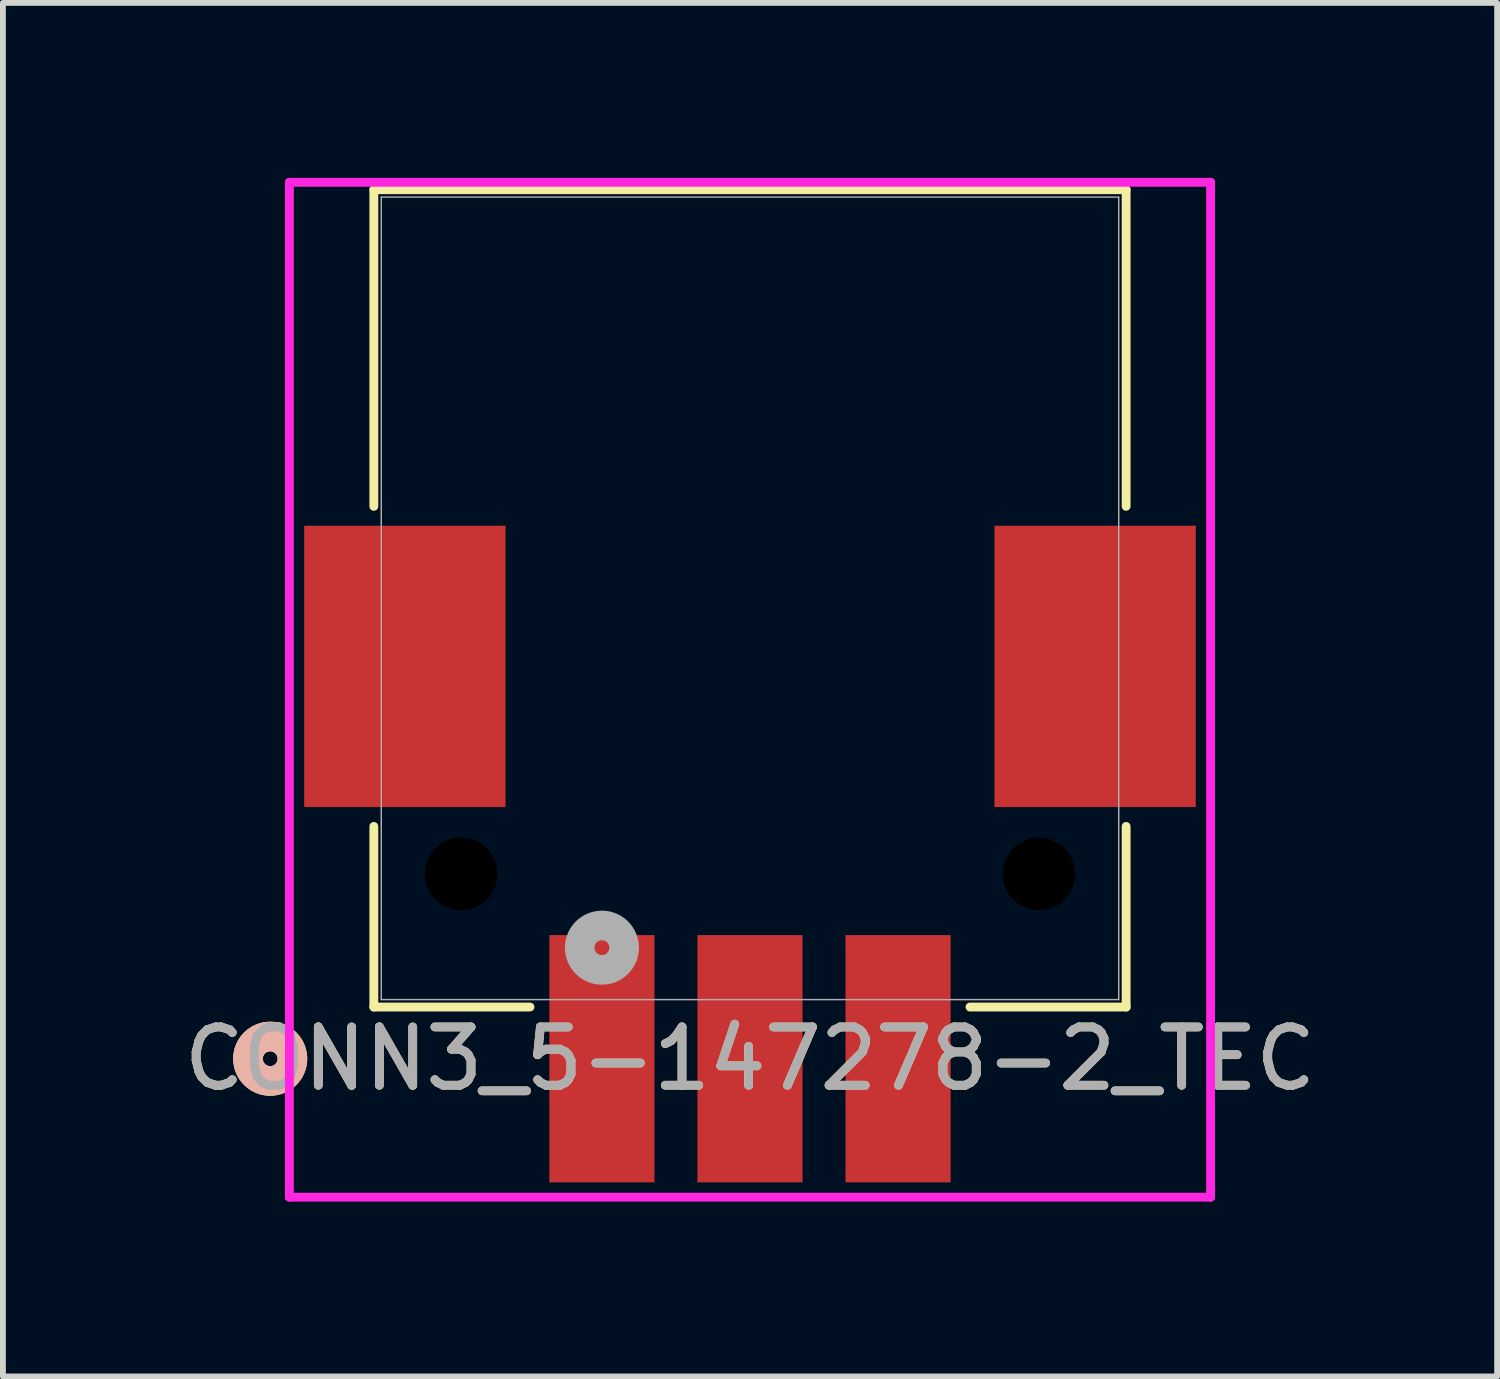
<source format=kicad_pcb>
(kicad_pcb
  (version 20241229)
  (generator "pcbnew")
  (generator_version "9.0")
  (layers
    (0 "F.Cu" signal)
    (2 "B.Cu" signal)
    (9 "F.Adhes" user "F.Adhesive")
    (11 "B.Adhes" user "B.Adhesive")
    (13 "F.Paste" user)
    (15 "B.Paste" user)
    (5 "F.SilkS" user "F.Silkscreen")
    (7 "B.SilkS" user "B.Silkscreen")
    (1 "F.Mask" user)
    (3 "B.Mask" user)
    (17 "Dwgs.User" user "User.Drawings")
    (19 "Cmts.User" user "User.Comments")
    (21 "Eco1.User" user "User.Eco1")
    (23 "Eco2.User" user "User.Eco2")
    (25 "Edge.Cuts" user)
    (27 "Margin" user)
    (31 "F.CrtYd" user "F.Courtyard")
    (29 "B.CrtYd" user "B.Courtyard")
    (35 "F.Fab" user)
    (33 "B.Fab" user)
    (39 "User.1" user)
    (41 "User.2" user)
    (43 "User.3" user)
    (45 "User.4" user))
  (footprint "CONN3_5-147278-2_TEC"
    (layer "F.Cu")
    (at 9.815 7.214)
    (property "Reference" "CONN3_5-147278-2_TEC" (at 0 7.897 0) (unlocked yes) (layer "F.SilkS") (effects (font (size 1 1) (thickness 0.15))))
    (attr smd)
    (fp_line (start -6.452 -7.01) (end -6.452 -1.579) (stroke (width 0.152) (type solid)) (layer "F.SilkS"))
    (fp_line (start -6.452 3.912) (end -6.452 7.01) (stroke (width 0.152) (type solid)) (layer "F.SilkS"))
    (fp_line (start -6.452 7.01) (end -3.774 7.01) (stroke (width 0.152) (type solid)) (layer "F.SilkS"))
    (fp_line (start 3.774 7.01) (end 6.452 7.01) (stroke (width 0.152) (type solid)) (layer "F.SilkS"))
    (fp_line (start 6.452 -7.01) (end -6.452 -7.01) (stroke (width 0.152) (type solid)) (layer "F.SilkS"))
    (fp_line (start 6.452 -1.579) (end 6.452 -7.01) (stroke (width 0.152) (type solid)) (layer "F.SilkS"))
    (fp_line (start 6.452 7.01) (end 6.452 3.912) (stroke (width 0.152) (type solid)) (layer "F.SilkS"))
    (fp_circle (center -8.23 7.897) (end -7.849 7.897) (stroke (width 0.508) (type solid)) (fill no) (layer "F.SilkS"))
    (fp_circle (center -8.23 7.897) (end -7.849 7.897) (stroke (width 0.508) (type solid)) (fill no) (layer "B.SilkS"))
    (fp_line (start -7.901 -7.137) (end -7.901 10.272) (stroke (width 0.152) (type solid)) (layer "F.CrtYd"))
    (fp_line (start -7.901 10.272) (end 7.901 10.272) (stroke (width 0.152) (type solid)) (layer "F.CrtYd"))
    (fp_line (start 7.901 -7.137) (end -7.901 -7.137) (stroke (width 0.152) (type solid)) (layer "F.CrtYd"))
    (fp_line (start 7.901 10.272) (end 7.901 -7.137) (stroke (width 0.152) (type solid)) (layer "F.CrtYd"))
    (fp_line (start -6.325 -6.883) (end -6.325 6.883) (stroke (width 0.025) (type solid)) (layer "F.Fab"))
    (fp_line (start -6.325 6.883) (end 6.325 6.883) (stroke (width 0.025) (type solid)) (layer "F.Fab"))
    (fp_line (start 6.325 -6.883) (end -6.325 -6.883) (stroke (width 0.025) (type solid)) (layer "F.Fab"))
    (fp_line (start 6.325 6.883) (end 6.325 -6.883) (stroke (width 0.025) (type solid)) (layer "F.Fab"))
    (fp_circle (center -2.54 5.992) (end -2.159 5.992) (stroke (width 0.508) (type solid)) (fill no) (layer "F.Fab"))
    (fp_text user "${REFERENCE}" (at 0 7.897 0) (unlocked yes) (layer "F.Fab") (effects (font (size 1 1) (thickness 0.15))))
    (pad "" np_thru_hole circle (at -4.955 4.727) (size 1.245 1.245) (drill 1.245) (layers))
    (pad "" np_thru_hole circle (at 4.955 4.727) (size 1.245 1.245) (drill 1.245) (layers))
    (pad "1" smd rect (at -2.54 7.897) (size 1.803 4.242) (layers "F.Cu" "F.Mask" "F.Paste"))
    (pad "2" smd rect (at 0 7.897) (size 1.803 4.242) (layers "F.Cu" "F.Mask" "F.Paste"))
    (pad "3" smd rect (at 2.54 7.897) (size 1.803 4.242) (layers "F.Cu" "F.Mask" "F.Paste"))
    (pad "4" smd rect (at -5.92 1.167) (size 3.454 4.826) (layers "F.Cu" "F.Mask" "F.Paste"))
    (pad "5" smd rect (at 5.92 1.167) (size 3.454 4.826) (layers "F.Cu" "F.Mask" "F.Paste")))
  (gr_rect
    (start -3 -3)
    (end 22.631 20.561)
    (stroke (width 0.1) (type default))
    (fill no)
    (layer "Edge.Cuts")))
</source>
